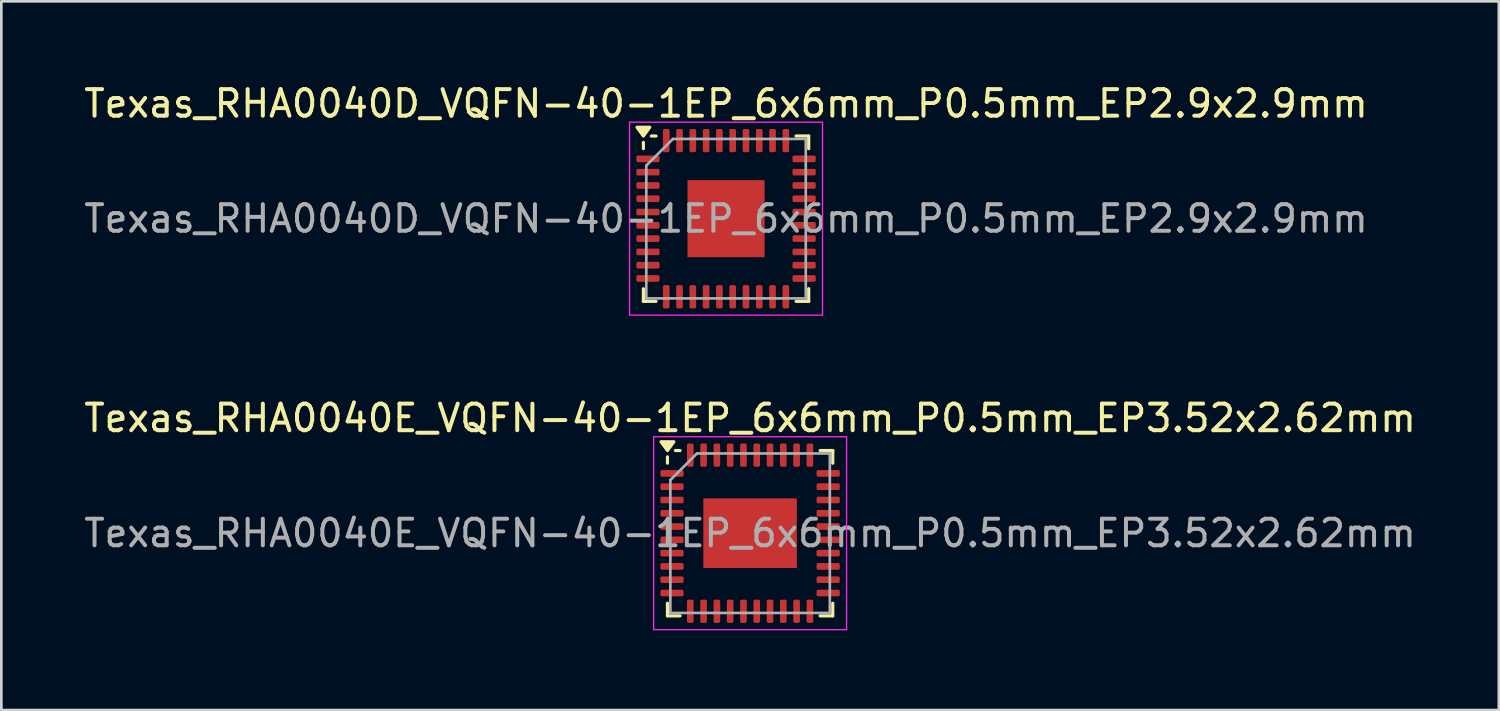
<source format=kicad_pcb>
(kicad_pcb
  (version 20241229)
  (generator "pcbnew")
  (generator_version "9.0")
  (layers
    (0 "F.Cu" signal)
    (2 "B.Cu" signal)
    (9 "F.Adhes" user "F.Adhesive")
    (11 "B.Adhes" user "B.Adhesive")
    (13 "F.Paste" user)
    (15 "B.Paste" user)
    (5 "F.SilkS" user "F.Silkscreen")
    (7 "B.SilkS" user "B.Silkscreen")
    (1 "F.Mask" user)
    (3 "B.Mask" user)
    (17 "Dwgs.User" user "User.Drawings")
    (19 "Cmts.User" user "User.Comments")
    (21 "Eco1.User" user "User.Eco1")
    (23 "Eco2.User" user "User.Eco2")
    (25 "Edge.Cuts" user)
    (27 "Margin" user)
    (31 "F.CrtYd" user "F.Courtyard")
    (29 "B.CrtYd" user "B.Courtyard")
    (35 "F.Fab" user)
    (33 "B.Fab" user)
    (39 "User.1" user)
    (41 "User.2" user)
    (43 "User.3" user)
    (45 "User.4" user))
  (footprint "Texas_RHA0040D_VQFN-40-1EP_6x6mm_P0.5mm_EP2.9x2.9mm"
    (layer "F.Cu")
    (at 24.268 5.178)
    (property "Reference" "Texas_RHA0040D_VQFN-40-1EP_6x6mm_P0.5mm_EP2.9x2.9mm" (at 0 -4.33 0) (layer "F.SilkS") (effects (font (size 1 1) (thickness 0.15))))
    (attr smd)
    (fp_line (start -3.11 -2.635) (end -3.11 -2.87) (stroke (width 0.12) (type solid)) (layer "F.SilkS"))
    (fp_line (start -3.11 3.11) (end -3.11 2.635) (stroke (width 0.12) (type solid)) (layer "F.SilkS"))
    (fp_line (start -2.635 -3.11) (end -2.81 -3.11) (stroke (width 0.12) (type solid)) (layer "F.SilkS"))
    (fp_line (start -2.635 3.11) (end -3.11 3.11) (stroke (width 0.12) (type solid)) (layer "F.SilkS"))
    (fp_line (start 2.635 -3.11) (end 3.11 -3.11) (stroke (width 0.12) (type solid)) (layer "F.SilkS"))
    (fp_line (start 2.635 3.11) (end 3.11 3.11) (stroke (width 0.12) (type solid)) (layer "F.SilkS"))
    (fp_line (start 3.11 -3.11) (end 3.11 -2.635) (stroke (width 0.12) (type solid)) (layer "F.SilkS"))
    (fp_line (start 3.11 3.11) (end 3.11 2.635) (stroke (width 0.12) (type solid)) (layer "F.SilkS"))
    (fp_poly (pts (xy -3.11 -3.11) (xy -3.35 -3.44) (xy -2.87 -3.44) (xy -3.11 -3.11)) (stroke (width 0.12) (type solid)) (fill yes) (layer "F.SilkS"))
    (fp_line (start -3.63 -3.63) (end -3.63 3.63) (stroke (width 0.05) (type solid)) (layer "F.CrtYd"))
    (fp_line (start -3.63 3.63) (end 3.63 3.63) (stroke (width 0.05) (type solid)) (layer "F.CrtYd"))
    (fp_line (start 3.63 -3.63) (end -3.63 -3.63) (stroke (width 0.05) (type solid)) (layer "F.CrtYd"))
    (fp_line (start 3.63 3.63) (end 3.63 -3.63) (stroke (width 0.05) (type solid)) (layer "F.CrtYd"))
    (fp_line (start -3 -2) (end -2 -3) (stroke (width 0.1) (type solid)) (layer "F.Fab"))
    (fp_line (start -3 3) (end -3 -2) (stroke (width 0.1) (type solid)) (layer "F.Fab"))
    (fp_line (start -2 -3) (end 3 -3) (stroke (width 0.1) (type solid)) (layer "F.Fab"))
    (fp_line (start 3 -3) (end 3 3) (stroke (width 0.1) (type solid)) (layer "F.Fab"))
    (fp_line (start 3 3) (end -3 3) (stroke (width 0.1) (type solid)) (layer "F.Fab"))
    (fp_text user "${REFERENCE}" (at 0 0 0) (layer "F.Fab") (effects (font (size 1 1) (thickness 0.15))))
    (pad "" smd roundrect (at -0.725 -0.725) (size 1.17 1.17) (layers "F.Paste") (roundrect_rratio 0.214))
    (pad "" smd roundrect (at -0.725 0.725) (size 1.17 1.17) (layers "F.Paste") (roundrect_rratio 0.214))
    (pad "" smd roundrect (at 0.725 -0.725) (size 1.17 1.17) (layers "F.Paste") (roundrect_rratio 0.214))
    (pad "" smd roundrect (at 0.725 0.725) (size 1.17 1.17) (layers "F.Paste") (roundrect_rratio 0.214))
    (pad "1" smd roundrect (at -2.938 -2.25) (size 0.875 0.25) (layers "F.Cu" "F.Mask" "F.Paste") (roundrect_rratio 0.25))
    (pad "2" smd roundrect (at -2.938 -1.75) (size 0.875 0.25) (layers "F.Cu" "F.Mask" "F.Paste") (roundrect_rratio 0.25))
    (pad "3" smd roundrect (at -2.938 -1.25) (size 0.875 0.25) (layers "F.Cu" "F.Mask" "F.Paste") (roundrect_rratio 0.25))
    (pad "4" smd roundrect (at -2.938 -0.75) (size 0.875 0.25) (layers "F.Cu" "F.Mask" "F.Paste") (roundrect_rratio 0.25))
    (pad "5" smd roundrect (at -2.938 -0.25) (size 0.875 0.25) (layers "F.Cu" "F.Mask" "F.Paste") (roundrect_rratio 0.25))
    (pad "6" smd roundrect (at -2.938 0.25) (size 0.875 0.25) (layers "F.Cu" "F.Mask" "F.Paste") (roundrect_rratio 0.25))
    (pad "7" smd roundrect (at -2.938 0.75) (size 0.875 0.25) (layers "F.Cu" "F.Mask" "F.Paste") (roundrect_rratio 0.25))
    (pad "8" smd roundrect (at -2.938 1.25) (size 0.875 0.25) (layers "F.Cu" "F.Mask" "F.Paste") (roundrect_rratio 0.25))
    (pad "9" smd roundrect (at -2.938 1.75) (size 0.875 0.25) (layers "F.Cu" "F.Mask" "F.Paste") (roundrect_rratio 0.25))
    (pad "10" smd roundrect (at -2.938 2.25) (size 0.875 0.25) (layers "F.Cu" "F.Mask" "F.Paste") (roundrect_rratio 0.25))
    (pad "11" smd roundrect (at -2.25 2.938) (size 0.25 0.875) (layers "F.Cu" "F.Mask" "F.Paste") (roundrect_rratio 0.25))
    (pad "12" smd roundrect (at -1.75 2.938) (size 0.25 0.875) (layers "F.Cu" "F.Mask" "F.Paste") (roundrect_rratio 0.25))
    (pad "13" smd roundrect (at -1.25 2.938) (size 0.25 0.875) (layers "F.Cu" "F.Mask" "F.Paste") (roundrect_rratio 0.25))
    (pad "14" smd roundrect (at -0.75 2.938) (size 0.25 0.875) (layers "F.Cu" "F.Mask" "F.Paste") (roundrect_rratio 0.25))
    (pad "15" smd roundrect (at -0.25 2.938) (size 0.25 0.875) (layers "F.Cu" "F.Mask" "F.Paste") (roundrect_rratio 0.25))
    (pad "16" smd roundrect (at 0.25 2.938) (size 0.25 0.875) (layers "F.Cu" "F.Mask" "F.Paste") (roundrect_rratio 0.25))
    (pad "17" smd roundrect (at 0.75 2.938) (size 0.25 0.875) (layers "F.Cu" "F.Mask" "F.Paste") (roundrect_rratio 0.25))
    (pad "18" smd roundrect (at 1.25 2.938) (size 0.25 0.875) (layers "F.Cu" "F.Mask" "F.Paste") (roundrect_rratio 0.25))
    (pad "19" smd roundrect (at 1.75 2.938) (size 0.25 0.875) (layers "F.Cu" "F.Mask" "F.Paste") (roundrect_rratio 0.25))
    (pad "20" smd roundrect (at 2.25 2.938) (size 0.25 0.875) (layers "F.Cu" "F.Mask" "F.Paste") (roundrect_rratio 0.25))
    (pad "21" smd roundrect (at 2.938 2.25) (size 0.875 0.25) (layers "F.Cu" "F.Mask" "F.Paste") (roundrect_rratio 0.25))
    (pad "22" smd roundrect (at 2.938 1.75) (size 0.875 0.25) (layers "F.Cu" "F.Mask" "F.Paste") (roundrect_rratio 0.25))
    (pad "23" smd roundrect (at 2.938 1.25) (size 0.875 0.25) (layers "F.Cu" "F.Mask" "F.Paste") (roundrect_rratio 0.25))
    (pad "24" smd roundrect (at 2.938 0.75) (size 0.875 0.25) (layers "F.Cu" "F.Mask" "F.Paste") (roundrect_rratio 0.25))
    (pad "25" smd roundrect (at 2.938 0.25) (size 0.875 0.25) (layers "F.Cu" "F.Mask" "F.Paste") (roundrect_rratio 0.25))
    (pad "26" smd roundrect (at 2.938 -0.25) (size 0.875 0.25) (layers "F.Cu" "F.Mask" "F.Paste") (roundrect_rratio 0.25))
    (pad "27" smd roundrect (at 2.938 -0.75) (size 0.875 0.25) (layers "F.Cu" "F.Mask" "F.Paste") (roundrect_rratio 0.25))
    (pad "28" smd roundrect (at 2.938 -1.25) (size 0.875 0.25) (layers "F.Cu" "F.Mask" "F.Paste") (roundrect_rratio 0.25))
    (pad "29" smd roundrect (at 2.938 -1.75) (size 0.875 0.25) (layers "F.Cu" "F.Mask" "F.Paste") (roundrect_rratio 0.25))
    (pad "30" smd roundrect (at 2.938 -2.25) (size 0.875 0.25) (layers "F.Cu" "F.Mask" "F.Paste") (roundrect_rratio 0.25))
    (pad "31" smd roundrect (at 2.25 -2.938) (size 0.25 0.875) (layers "F.Cu" "F.Mask" "F.Paste") (roundrect_rratio 0.25))
    (pad "32" smd roundrect (at 1.75 -2.938) (size 0.25 0.875) (layers "F.Cu" "F.Mask" "F.Paste") (roundrect_rratio 0.25))
    (pad "33" smd roundrect (at 1.25 -2.938) (size 0.25 0.875) (layers "F.Cu" "F.Mask" "F.Paste") (roundrect_rratio 0.25))
    (pad "34" smd roundrect (at 0.75 -2.938) (size 0.25 0.875) (layers "F.Cu" "F.Mask" "F.Paste") (roundrect_rratio 0.25))
    (pad "35" smd roundrect (at 0.25 -2.938) (size 0.25 0.875) (layers "F.Cu" "F.Mask" "F.Paste") (roundrect_rratio 0.25))
    (pad "36" smd roundrect (at -0.25 -2.938) (size 0.25 0.875) (layers "F.Cu" "F.Mask" "F.Paste") (roundrect_rratio 0.25))
    (pad "37" smd roundrect (at -0.75 -2.938) (size 0.25 0.875) (layers "F.Cu" "F.Mask" "F.Paste") (roundrect_rratio 0.25))
    (pad "38" smd roundrect (at -1.25 -2.938) (size 0.25 0.875) (layers "F.Cu" "F.Mask" "F.Paste") (roundrect_rratio 0.25))
    (pad "39" smd roundrect (at -1.75 -2.938) (size 0.25 0.875) (layers "F.Cu" "F.Mask" "F.Paste") (roundrect_rratio 0.25))
    (pad "40" smd roundrect (at -2.25 -2.938) (size 0.25 0.875) (layers "F.Cu" "F.Mask" "F.Paste") (roundrect_rratio 0.25))
    (pad "41" smd rect (at 0 0) (size 2.9 2.9) (property pad_prop_heatsink) (layers "F.Cu" "F.Mask")))
  (footprint "Texas_RHA0040E_VQFN-40-1EP_6x6mm_P0.5mm_EP3.52x2.62mm"
    (layer "F.Cu")
    (at 25.173 17.012)
    (property "Reference" "Texas_RHA0040E_VQFN-40-1EP_6x6mm_P0.5mm_EP3.52x2.62mm" (at 0 -4.33 0) (layer "F.SilkS") (effects (font (size 1 1) (thickness 0.15))))
    (attr smd)
    (fp_line (start -3.11 -2.635) (end -3.11 -2.87) (stroke (width 0.12) (type solid)) (layer "F.SilkS"))
    (fp_line (start -3.11 3.11) (end -3.11 2.635) (stroke (width 0.12) (type solid)) (layer "F.SilkS"))
    (fp_line (start -2.635 -3.11) (end -2.81 -3.11) (stroke (width 0.12) (type solid)) (layer "F.SilkS"))
    (fp_line (start -2.635 3.11) (end -3.11 3.11) (stroke (width 0.12) (type solid)) (layer "F.SilkS"))
    (fp_line (start 2.635 -3.11) (end 3.11 -3.11) (stroke (width 0.12) (type solid)) (layer "F.SilkS"))
    (fp_line (start 2.635 3.11) (end 3.11 3.11) (stroke (width 0.12) (type solid)) (layer "F.SilkS"))
    (fp_line (start 3.11 -3.11) (end 3.11 -2.635) (stroke (width 0.12) (type solid)) (layer "F.SilkS"))
    (fp_line (start 3.11 3.11) (end 3.11 2.635) (stroke (width 0.12) (type solid)) (layer "F.SilkS"))
    (fp_poly (pts (xy -3.11 -3.11) (xy -3.35 -3.44) (xy -2.87 -3.44) (xy -3.11 -3.11)) (stroke (width 0.12) (type solid)) (fill yes) (layer "F.SilkS"))
    (fp_line (start -3.63 -3.63) (end -3.63 3.63) (stroke (width 0.05) (type solid)) (layer "F.CrtYd"))
    (fp_line (start -3.63 3.63) (end 3.63 3.63) (stroke (width 0.05) (type solid)) (layer "F.CrtYd"))
    (fp_line (start 3.63 -3.63) (end -3.63 -3.63) (stroke (width 0.05) (type solid)) (layer "F.CrtYd"))
    (fp_line (start 3.63 3.63) (end 3.63 -3.63) (stroke (width 0.05) (type solid)) (layer "F.CrtYd"))
    (fp_line (start -3 -2) (end -2 -3) (stroke (width 0.1) (type solid)) (layer "F.Fab"))
    (fp_line (start -3 3) (end -3 -2) (stroke (width 0.1) (type solid)) (layer "F.Fab"))
    (fp_line (start -2 -3) (end 3 -3) (stroke (width 0.1) (type solid)) (layer "F.Fab"))
    (fp_line (start 3 -3) (end 3 3) (stroke (width 0.1) (type solid)) (layer "F.Fab"))
    (fp_line (start 3 3) (end -3 3) (stroke (width 0.1) (type solid)) (layer "F.Fab"))
    (fp_text user "${REFERENCE}" (at 0 0 0) (layer "F.Fab") (effects (font (size 1 1) (thickness 0.15))))
    (pad "" smd roundrect (at -1.17 -0.655) (size 0.95 1.06) (layers "F.Paste") (roundrect_rratio 0.25))
    (pad "" smd roundrect (at -1.17 0.655) (size 0.95 1.06) (layers "F.Paste") (roundrect_rratio 0.25))
    (pad "" smd roundrect (at 0 -0.655) (size 0.95 1.06) (layers "F.Paste") (roundrect_rratio 0.25))
    (pad "" smd roundrect (at 0 0.655) (size 0.95 1.06) (layers "F.Paste") (roundrect_rratio 0.25))
    (pad "" smd roundrect (at 1.17 -0.655) (size 0.95 1.06) (layers "F.Paste") (roundrect_rratio 0.25))
    (pad "" smd roundrect (at 1.17 0.655) (size 0.95 1.06) (layers "F.Paste") (roundrect_rratio 0.25))
    (pad "1" smd roundrect (at -2.938 -2.25) (size 0.875 0.25) (layers "F.Cu" "F.Mask" "F.Paste") (roundrect_rratio 0.25))
    (pad "2" smd roundrect (at -2.938 -1.75) (size 0.875 0.25) (layers "F.Cu" "F.Mask" "F.Paste") (roundrect_rratio 0.25))
    (pad "3" smd roundrect (at -2.938 -1.25) (size 0.875 0.25) (layers "F.Cu" "F.Mask" "F.Paste") (roundrect_rratio 0.25))
    (pad "4" smd roundrect (at -2.938 -0.75) (size 0.875 0.25) (layers "F.Cu" "F.Mask" "F.Paste") (roundrect_rratio 0.25))
    (pad "5" smd roundrect (at -2.938 -0.25) (size 0.875 0.25) (layers "F.Cu" "F.Mask" "F.Paste") (roundrect_rratio 0.25))
    (pad "6" smd roundrect (at -2.938 0.25) (size 0.875 0.25) (layers "F.Cu" "F.Mask" "F.Paste") (roundrect_rratio 0.25))
    (pad "7" smd roundrect (at -2.938 0.75) (size 0.875 0.25) (layers "F.Cu" "F.Mask" "F.Paste") (roundrect_rratio 0.25))
    (pad "8" smd roundrect (at -2.938 1.25) (size 0.875 0.25) (layers "F.Cu" "F.Mask" "F.Paste") (roundrect_rratio 0.25))
    (pad "9" smd roundrect (at -2.938 1.75) (size 0.875 0.25) (layers "F.Cu" "F.Mask" "F.Paste") (roundrect_rratio 0.25))
    (pad "10" smd roundrect (at -2.938 2.25) (size 0.875 0.25) (layers "F.Cu" "F.Mask" "F.Paste") (roundrect_rratio 0.25))
    (pad "11" smd roundrect (at -2.25 2.938) (size 0.25 0.875) (layers "F.Cu" "F.Mask" "F.Paste") (roundrect_rratio 0.25))
    (pad "12" smd roundrect (at -1.75 2.938) (size 0.25 0.875) (layers "F.Cu" "F.Mask" "F.Paste") (roundrect_rratio 0.25))
    (pad "13" smd roundrect (at -1.25 2.938) (size 0.25 0.875) (layers "F.Cu" "F.Mask" "F.Paste") (roundrect_rratio 0.25))
    (pad "14" smd roundrect (at -0.75 2.938) (size 0.25 0.875) (layers "F.Cu" "F.Mask" "F.Paste") (roundrect_rratio 0.25))
    (pad "15" smd roundrect (at -0.25 2.938) (size 0.25 0.875) (layers "F.Cu" "F.Mask" "F.Paste") (roundrect_rratio 0.25))
    (pad "16" smd roundrect (at 0.25 2.938) (size 0.25 0.875) (layers "F.Cu" "F.Mask" "F.Paste") (roundrect_rratio 0.25))
    (pad "17" smd roundrect (at 0.75 2.938) (size 0.25 0.875) (layers "F.Cu" "F.Mask" "F.Paste") (roundrect_rratio 0.25))
    (pad "18" smd roundrect (at 1.25 2.938) (size 0.25 0.875) (layers "F.Cu" "F.Mask" "F.Paste") (roundrect_rratio 0.25))
    (pad "19" smd roundrect (at 1.75 2.938) (size 0.25 0.875) (layers "F.Cu" "F.Mask" "F.Paste") (roundrect_rratio 0.25))
    (pad "20" smd roundrect (at 2.25 2.938) (size 0.25 0.875) (layers "F.Cu" "F.Mask" "F.Paste") (roundrect_rratio 0.25))
    (pad "21" smd roundrect (at 2.938 2.25) (size 0.875 0.25) (layers "F.Cu" "F.Mask" "F.Paste") (roundrect_rratio 0.25))
    (pad "22" smd roundrect (at 2.938 1.75) (size 0.875 0.25) (layers "F.Cu" "F.Mask" "F.Paste") (roundrect_rratio 0.25))
    (pad "23" smd roundrect (at 2.938 1.25) (size 0.875 0.25) (layers "F.Cu" "F.Mask" "F.Paste") (roundrect_rratio 0.25))
    (pad "24" smd roundrect (at 2.938 0.75) (size 0.875 0.25) (layers "F.Cu" "F.Mask" "F.Paste") (roundrect_rratio 0.25))
    (pad "25" smd roundrect (at 2.938 0.25) (size 0.875 0.25) (layers "F.Cu" "F.Mask" "F.Paste") (roundrect_rratio 0.25))
    (pad "26" smd roundrect (at 2.938 -0.25) (size 0.875 0.25) (layers "F.Cu" "F.Mask" "F.Paste") (roundrect_rratio 0.25))
    (pad "27" smd roundrect (at 2.938 -0.75) (size 0.875 0.25) (layers "F.Cu" "F.Mask" "F.Paste") (roundrect_rratio 0.25))
    (pad "28" smd roundrect (at 2.938 -1.25) (size 0.875 0.25) (layers "F.Cu" "F.Mask" "F.Paste") (roundrect_rratio 0.25))
    (pad "29" smd roundrect (at 2.938 -1.75) (size 0.875 0.25) (layers "F.Cu" "F.Mask" "F.Paste") (roundrect_rratio 0.25))
    (pad "30" smd roundrect (at 2.938 -2.25) (size 0.875 0.25) (layers "F.Cu" "F.Mask" "F.Paste") (roundrect_rratio 0.25))
    (pad "31" smd roundrect (at 2.25 -2.938) (size 0.25 0.875) (layers "F.Cu" "F.Mask" "F.Paste") (roundrect_rratio 0.25))
    (pad "32" smd roundrect (at 1.75 -2.938) (size 0.25 0.875) (layers "F.Cu" "F.Mask" "F.Paste") (roundrect_rratio 0.25))
    (pad "33" smd roundrect (at 1.25 -2.938) (size 0.25 0.875) (layers "F.Cu" "F.Mask" "F.Paste") (roundrect_rratio 0.25))
    (pad "34" smd roundrect (at 0.75 -2.938) (size 0.25 0.875) (layers "F.Cu" "F.Mask" "F.Paste") (roundrect_rratio 0.25))
    (pad "35" smd roundrect (at 0.25 -2.938) (size 0.25 0.875) (layers "F.Cu" "F.Mask" "F.Paste") (roundrect_rratio 0.25))
    (pad "36" smd roundrect (at -0.25 -2.938) (size 0.25 0.875) (layers "F.Cu" "F.Mask" "F.Paste") (roundrect_rratio 0.25))
    (pad "37" smd roundrect (at -0.75 -2.938) (size 0.25 0.875) (layers "F.Cu" "F.Mask" "F.Paste") (roundrect_rratio 0.25))
    (pad "38" smd roundrect (at -1.25 -2.938) (size 0.25 0.875) (layers "F.Cu" "F.Mask" "F.Paste") (roundrect_rratio 0.25))
    (pad "39" smd roundrect (at -1.75 -2.938) (size 0.25 0.875) (layers "F.Cu" "F.Mask" "F.Paste") (roundrect_rratio 0.25))
    (pad "40" smd roundrect (at -2.25 -2.938) (size 0.25 0.875) (layers "F.Cu" "F.Mask" "F.Paste") (roundrect_rratio 0.25))
    (pad "41" smd rect (at 0 0) (size 3.52 2.62) (property pad_prop_heatsink) (layers "F.Cu" "F.Mask")))
  (gr_rect
    (start -3 -3)
    (end 53.345 23.666)
    (stroke (width 0.1) (type default))
    (fill no)
    (layer "Edge.Cuts")))
</source>
